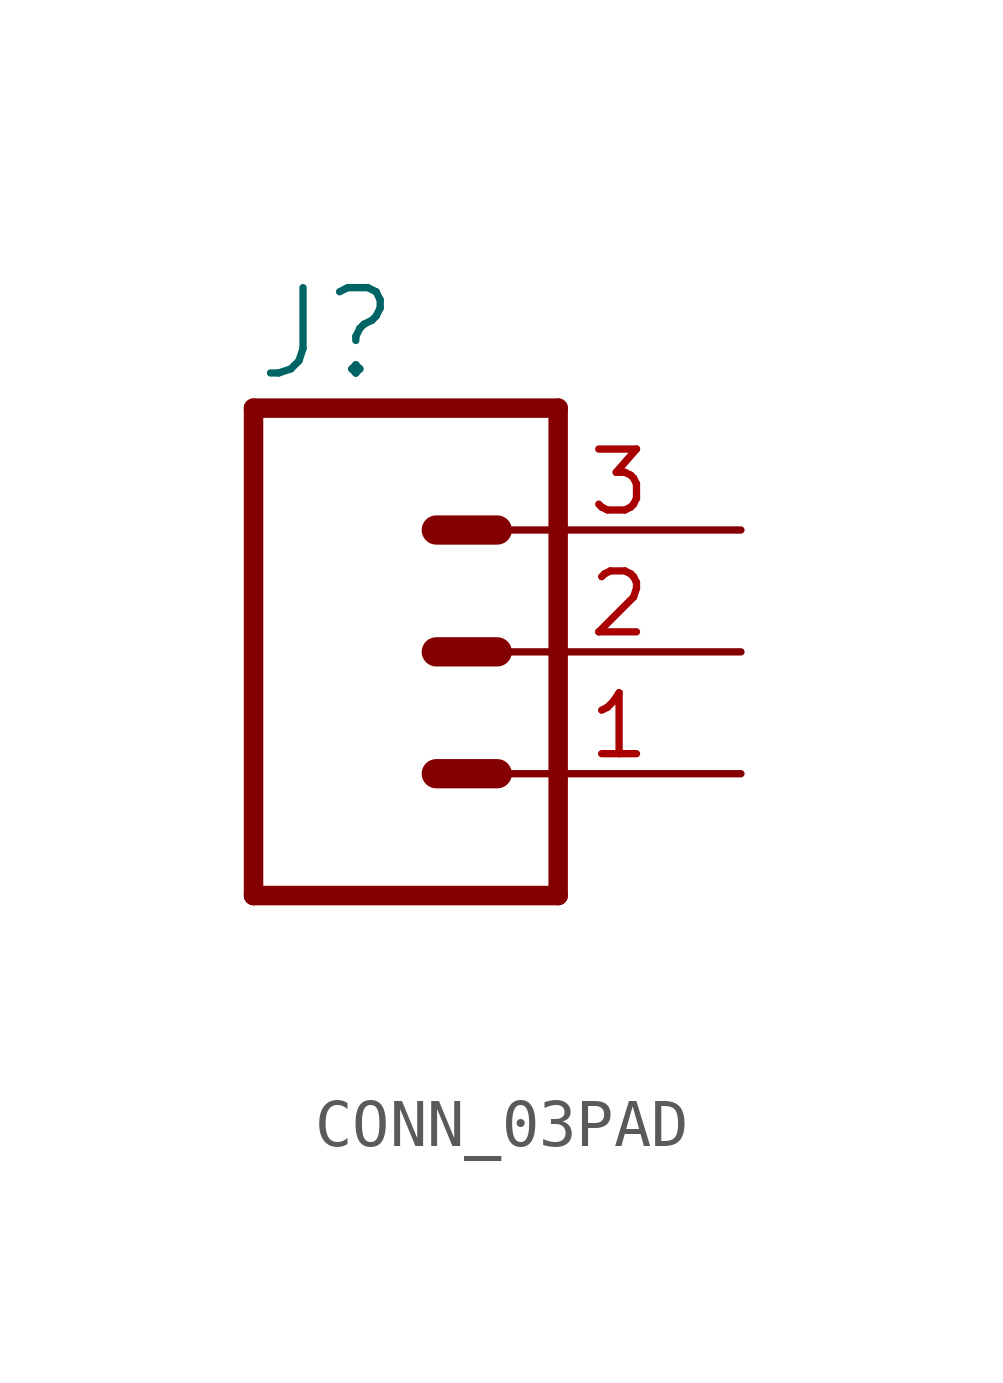
<source format=kicad_sym>
(kicad_symbol_lib
  (version 20220914)
  (generator kicad_symbol_editor)
  (symbol "CONN_03PAD"
    (property "Reference" "J"
      (at -2.54 5.588 0)
      (effects (font (size 1.778 1.778)) (justify left bottom)))
    (property "Value" ""
      (at -2.54 -7.366 0)
      (effects (font (size 1.778 1.778)) (justify left bottom)))
    (property "ki_locked" ""
      (at 0 0 0)
      (effects (font (size 1.27 1.27))))
    (symbol "CONN_03PAD_1_0"
      (polyline (pts (xy -2.54 5.08) (xy -2.54 -5.08)) (stroke (width 0.406) (type solid)) (fill (type none)))
      (polyline (pts (xy -2.54 5.08) (xy 3.81 5.08)) (stroke (width 0.406) (type solid)) (fill (type none)))
      (polyline (pts (xy 1.27 -2.54) (xy 2.54 -2.54)) (stroke (width 0.61) (type solid)) (fill (type none)))
      (polyline (pts (xy 1.27 0) (xy 2.54 0)) (stroke (width 0.61) (type solid)) (fill (type none)))
      (polyline (pts (xy 1.27 2.54) (xy 2.54 2.54)) (stroke (width 0.61) (type solid)) (fill (type none)))
      (polyline (pts (xy 3.81 -5.08) (xy -2.54 -5.08)) (stroke (width 0.406) (type solid)) (fill (type none)))
      (polyline (pts (xy 3.81 -5.08) (xy 3.81 5.08)) (stroke (width 0.406) (type solid)) (fill (type none)))
      (pin passive line (at 7.62 -2.54 180) (length 5.08) (name "1" (effects (font (size 0 0)))) (number "1" (effects (font (size 1.27 1.27)))))
      (pin passive line (at 7.62 0 180) (length 5.08) (name "2" (effects (font (size 0 0)))) (number "2" (effects (font (size 1.27 1.27)))))
      (pin passive line (at 7.62 2.54 180) (length 5.08) (name "3" (effects (font (size 0 0)))) (number "3" (effects (font (size 1.27 1.27))))))))
</source>
